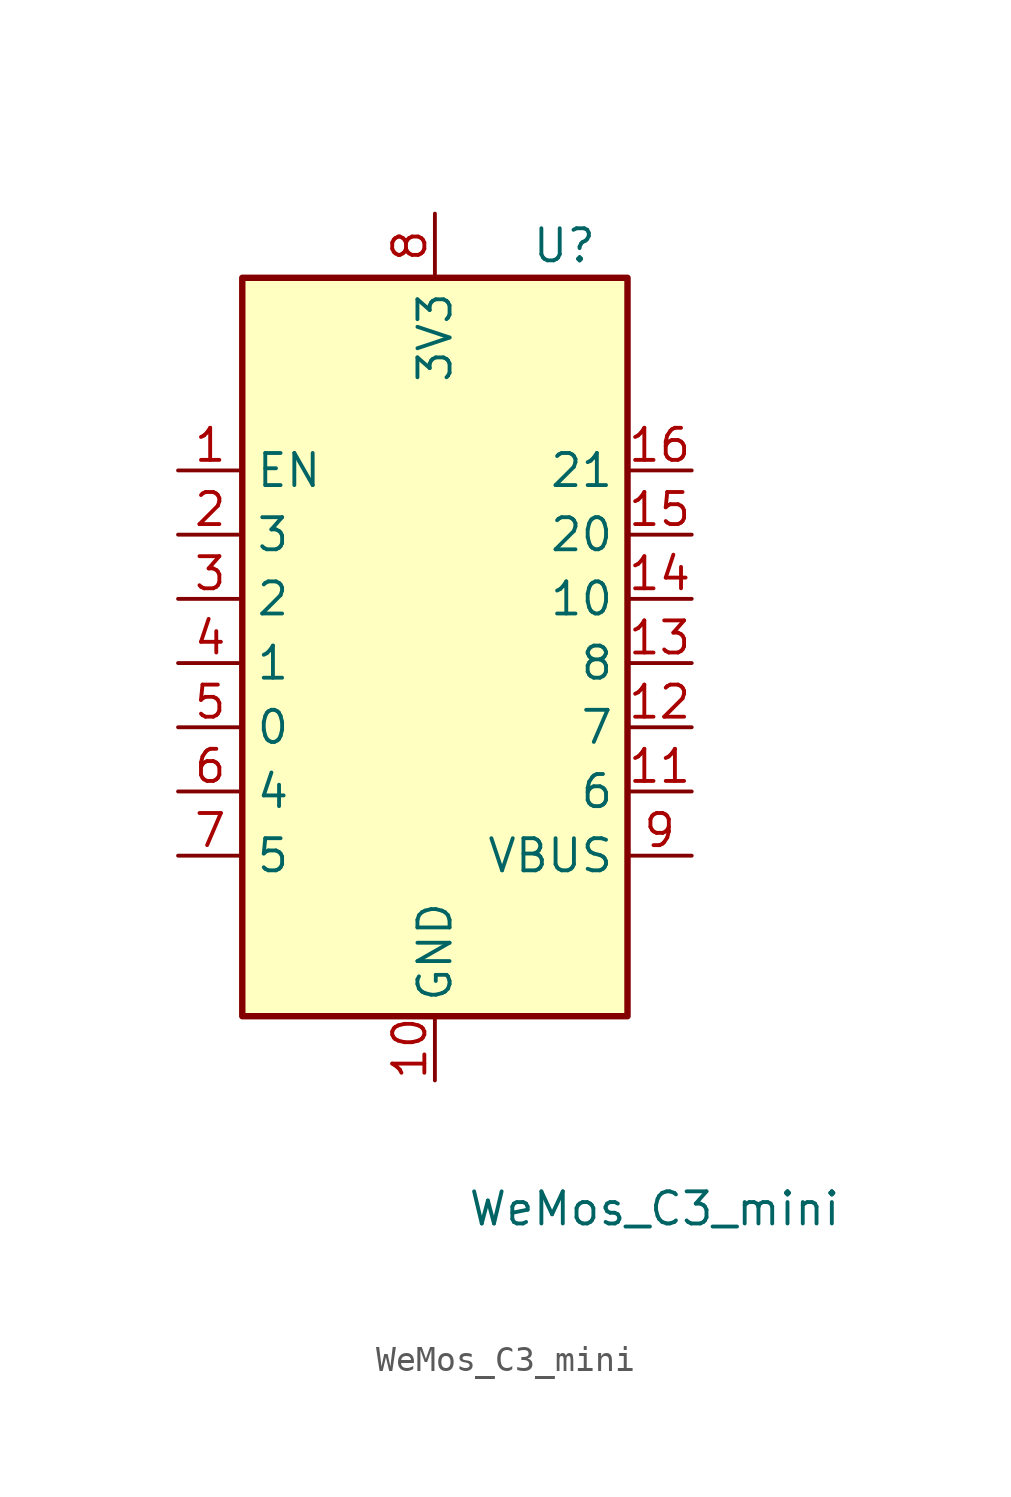
<source format=kicad_sym>
(kicad_symbol_lib
  (version 20220914)
  (generator kicad_symbol_editor)
  (symbol "WeMos_C3_mini"
    (property "Reference" "U"
      (at 3.81 19.05 0)
      (effects (font (size 1.27 1.27)) (justify left)))
    (property "Value" "WeMos_C3_mini"
      (at 1.27 -19.05 0)
      (effects (font (size 1.27 1.27)) (justify left)))
    (symbol "WeMos_C3_mini_1_1"
      (rectangle (start -7.62 17.78) (end 7.62 -11.43) (stroke (width 0.254) (type default)) (fill (type background)))
      (pin input line (at -10.16 10.16 0) (length 2.54) (name "EN" (effects (font (size 1.27 1.27)))) (number "1" (effects (font (size 1.27 1.27)))))
      (pin power_in line (at 0 -13.97 90) (length 2.54) (name "GND" (effects (font (size 1.27 1.27)))) (number "10" (effects (font (size 1.27 1.27)))))
      (pin bidirectional line (at 10.16 -2.54 180) (length 2.54) (name "6" (effects (font (size 1.27 1.27)))) (number "11" (effects (font (size 1.27 1.27)))))
      (pin bidirectional line (at 10.16 0 180) (length 2.54) (name "7" (effects (font (size 1.27 1.27)))) (number "12" (effects (font (size 1.27 1.27)))))
      (pin bidirectional line (at 10.16 2.54 180) (length 2.54) (name "8" (effects (font (size 1.27 1.27)))) (number "13" (effects (font (size 1.27 1.27)))))
      (pin bidirectional line (at 10.16 5.08 180) (length 2.54) (name "10" (effects (font (size 1.27 1.27)))) (number "14" (effects (font (size 1.27 1.27)))))
      (pin input line (at 10.16 7.62 180) (length 2.54) (name "20" (effects (font (size 1.27 1.27)))) (number "15" (effects (font (size 1.27 1.27)))))
      (pin output line (at 10.16 10.16 180) (length 2.54) (name "21" (effects (font (size 1.27 1.27)))) (number "16" (effects (font (size 1.27 1.27)))))
      (pin bidirectional line (at -10.16 7.62 0) (length 2.54) (name "3" (effects (font (size 1.27 1.27)))) (number "2" (effects (font (size 1.27 1.27)))))
      (pin bidirectional line (at -10.16 5.08 0) (length 2.54) (name "2" (effects (font (size 1.27 1.27)))) (number "3" (effects (font (size 1.27 1.27)))))
      (pin bidirectional line (at -10.16 2.54 0) (length 2.54) (name "1" (effects (font (size 1.27 1.27)))) (number "4" (effects (font (size 1.27 1.27)))))
      (pin bidirectional line (at -10.16 0 0) (length 2.54) (name "0" (effects (font (size 1.27 1.27)))) (number "5" (effects (font (size 1.27 1.27)))))
      (pin bidirectional line (at -10.16 -2.54 0) (length 2.54) (name "4" (effects (font (size 1.27 1.27)))) (number "6" (effects (font (size 1.27 1.27)))))
      (pin bidirectional line (at -10.16 -5.08 0) (length 2.54) (name "5" (effects (font (size 1.27 1.27)))) (number "7" (effects (font (size 1.27 1.27)))))
      (pin power_in line (at 0 20.32 270) (length 2.54) (name "3V3" (effects (font (size 1.27 1.27)))) (number "8" (effects (font (size 1.27 1.27)))))
      (pin power_in line (at 10.16 -5.08 180) (length 2.54) (name "VBUS" (effects (font (size 1.27 1.27)))) (number "9" (effects (font (size 1.27 1.27))))))))
</source>
